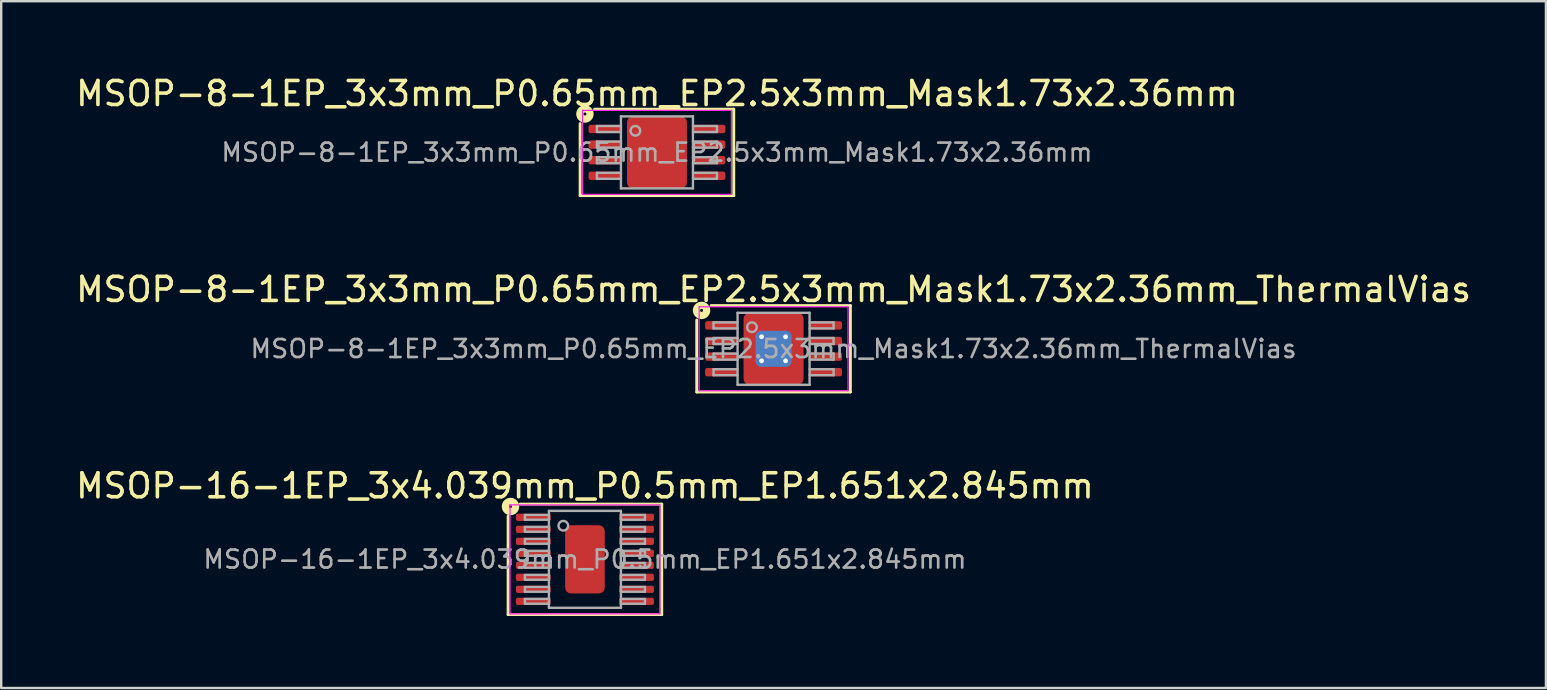
<source format=kicad_pcb>
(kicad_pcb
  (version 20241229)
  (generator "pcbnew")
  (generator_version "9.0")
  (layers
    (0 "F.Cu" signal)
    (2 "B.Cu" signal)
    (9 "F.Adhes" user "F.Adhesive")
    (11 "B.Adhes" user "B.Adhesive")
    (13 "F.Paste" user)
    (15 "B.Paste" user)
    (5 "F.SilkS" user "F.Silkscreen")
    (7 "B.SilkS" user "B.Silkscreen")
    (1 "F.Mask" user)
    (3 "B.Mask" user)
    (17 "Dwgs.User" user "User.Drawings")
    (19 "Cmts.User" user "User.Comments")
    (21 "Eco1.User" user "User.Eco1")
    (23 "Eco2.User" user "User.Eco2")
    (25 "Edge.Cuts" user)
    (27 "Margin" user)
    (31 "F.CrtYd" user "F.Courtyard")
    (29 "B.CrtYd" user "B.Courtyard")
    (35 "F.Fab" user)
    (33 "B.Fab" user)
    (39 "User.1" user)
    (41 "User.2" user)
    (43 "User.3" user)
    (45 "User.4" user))
  (footprint "MSOP-8-1EP_3x3mm_P0.65mm_EP2.5x3mm_Mask1.73x2.36mm_ThermalVias"
    (layer "F.Cu")
    (at 29.173 11.479)
    (property "Reference" "MSOP-8-1EP_3x3mm_P0.65mm_EP2.5x3mm_Mask1.73x2.36mm_ThermalVias" (at 0 -2.472 0) (layer "F.SilkS") (effects (font (size 1 1) (thickness 0.15))))
    (attr smd)
    (fp_line (start -3.2 1.8) (end -3.2 -1.2) (stroke (width 0.12) (type solid)) (layer "F.SilkS"))
    (fp_line (start -2.6 -1.8) (end 3.2 -1.8) (stroke (width 0.12) (type solid)) (layer "F.SilkS"))
    (fp_line (start 3.2 -1.8) (end 3.2 1.8) (stroke (width 0.12) (type solid)) (layer "F.SilkS"))
    (fp_line (start 3.2 1.8) (end -3.2 1.8) (stroke (width 0.12) (type solid)) (layer "F.SilkS"))
    (fp_circle (center -3 -1.6) (end -2.937 -1.6) (stroke (width 0.3) (type solid)) (fill no) (layer "F.SilkS"))
    (fp_line (start -3.1 -1.75) (end -3.1 1.75) (stroke (width 0.05) (type solid)) (layer "F.CrtYd"))
    (fp_line (start -3.1 1.75) (end 3.1 1.75) (stroke (width 0.05) (type solid)) (layer "F.CrtYd"))
    (fp_line (start 3.1 -1.75) (end -3.1 -1.75) (stroke (width 0.05) (type solid)) (layer "F.CrtYd"))
    (fp_line (start 3.1 1.75) (end 3.1 -1.75) (stroke (width 0.05) (type solid)) (layer "F.CrtYd"))
    (fp_line (start -2.5 -1.1) (end -2.5 -0.85) (stroke (width 0.1) (type solid)) (layer "F.Fab"))
    (fp_line (start -2.5 -1.1) (end -1.5 -1.1) (stroke (width 0.1) (type solid)) (layer "F.Fab"))
    (fp_line (start -2.5 -0.85) (end -1.5 -0.85) (stroke (width 0.1) (type solid)) (layer "F.Fab"))
    (fp_line (start -2.5 -0.45) (end -2.5 -0.2) (stroke (width 0.1) (type solid)) (layer "F.Fab"))
    (fp_line (start -2.5 -0.45) (end -1.5 -0.45) (stroke (width 0.1) (type solid)) (layer "F.Fab"))
    (fp_line (start -2.5 -0.2) (end -1.5 -0.2) (stroke (width 0.1) (type solid)) (layer "F.Fab"))
    (fp_line (start -2.5 0.2) (end -2.5 0.45) (stroke (width 0.1) (type solid)) (layer "F.Fab"))
    (fp_line (start -2.5 0.2) (end -1.5 0.2) (stroke (width 0.1) (type solid)) (layer "F.Fab"))
    (fp_line (start -2.5 0.45) (end -1.5 0.45) (stroke (width 0.1) (type solid)) (layer "F.Fab"))
    (fp_line (start -2.5 0.85) (end -2.5 1.1) (stroke (width 0.1) (type solid)) (layer "F.Fab"))
    (fp_line (start -2.5 0.85) (end -1.5 0.85) (stroke (width 0.1) (type solid)) (layer "F.Fab"))
    (fp_line (start -2.5 1.1) (end -1.5 1.1) (stroke (width 0.1) (type solid)) (layer "F.Fab"))
    (fp_line (start -1.5 -1.5) (end 1.5 -1.5) (stroke (width 0.1) (type solid)) (layer "F.Fab"))
    (fp_line (start -1.5 1.5) (end -1.5 -1.5) (stroke (width 0.1) (type solid)) (layer "F.Fab"))
    (fp_line (start 1.5 -1.5) (end 1.5 1.5) (stroke (width 0.1) (type solid)) (layer "F.Fab"))
    (fp_line (start 1.5 1.5) (end -1.5 1.5) (stroke (width 0.1) (type solid)) (layer "F.Fab"))
    (fp_line (start 2.5 -1.1) (end 1.5 -1.1) (stroke (width 0.1) (type solid)) (layer "F.Fab"))
    (fp_line (start 2.5 -0.85) (end 1.5 -0.85) (stroke (width 0.1) (type solid)) (layer "F.Fab"))
    (fp_line (start 2.5 -0.85) (end 2.5 -1.1) (stroke (width 0.1) (type solid)) (layer "F.Fab"))
    (fp_line (start 2.5 -0.45) (end 1.5 -0.45) (stroke (width 0.1) (type solid)) (layer "F.Fab"))
    (fp_line (start 2.5 -0.2) (end 1.5 -0.2) (stroke (width 0.1) (type solid)) (layer "F.Fab"))
    (fp_line (start 2.5 -0.2) (end 2.5 -0.45) (stroke (width 0.1) (type solid)) (layer "F.Fab"))
    (fp_line (start 2.5 0.2) (end 1.5 0.2) (stroke (width 0.1) (type solid)) (layer "F.Fab"))
    (fp_line (start 2.5 0.45) (end 1.5 0.45) (stroke (width 0.1) (type solid)) (layer "F.Fab"))
    (fp_line (start 2.5 0.45) (end 2.5 0.2) (stroke (width 0.1) (type solid)) (layer "F.Fab"))
    (fp_line (start 2.5 0.85) (end 1.5 0.85) (stroke (width 0.1) (type solid)) (layer "F.Fab"))
    (fp_line (start 2.5 1.1) (end 1.5 1.1) (stroke (width 0.1) (type solid)) (layer "F.Fab"))
    (fp_line (start 2.5 1.1) (end 2.5 0.85) (stroke (width 0.1) (type solid)) (layer "F.Fab"))
    (fp_circle (center -0.9 -0.9) (end -0.7 -0.9) (stroke (width 0.1) (type solid)) (fill no) (layer "F.Fab"))
    (fp_text user "${REFERENCE}" (at 0 0 0) (layer "F.Fab") (effects (font (size 0.75 0.75) (thickness 0.11))))
    (pad "" smd roundrect (at -0.43 -0.59) (size 0.72 0.99) (layers "F.Paste") (roundrect_rratio 0.25))
    (pad "" smd roundrect (at -0.43 0.59) (size 0.72 0.99) (layers "F.Paste") (roundrect_rratio 0.25))
    (pad "" smd roundrect (at 0 0) (size 1.73 2.36) (layers "F.Mask") (roundrect_rratio 0.145))
    (pad "" smd roundrect (at 0.43 -0.59) (size 0.72 0.99) (layers "F.Paste") (roundrect_rratio 0.25))
    (pad "" smd roundrect (at 0.43 0.59) (size 0.72 0.99) (layers "F.Paste") (roundrect_rratio 0.25))
    (pad "1" smd roundrect (at -2.175 -0.975) (size 1.35 0.35) (layers "F.Cu" "F.Mask" "F.Paste") (roundrect_rratio 0.25))
    (pad "2" smd roundrect (at -2.175 -0.325) (size 1.35 0.35) (layers "F.Cu" "F.Mask" "F.Paste") (roundrect_rratio 0.25))
    (pad "3" smd roundrect (at -2.175 0.325) (size 1.35 0.35) (layers "F.Cu" "F.Mask" "F.Paste") (roundrect_rratio 0.25))
    (pad "4" smd roundrect (at -2.175 0.975) (size 1.35 0.35) (layers "F.Cu" "F.Mask" "F.Paste") (roundrect_rratio 0.25))
    (pad "5" smd roundrect (at 2.175 0.975) (size 1.35 0.35) (layers "F.Cu" "F.Mask" "F.Paste") (roundrect_rratio 0.25))
    (pad "6" smd roundrect (at 2.175 0.325) (size 1.35 0.35) (layers "F.Cu" "F.Mask" "F.Paste") (roundrect_rratio 0.25))
    (pad "7" smd roundrect (at 2.175 -0.325) (size 1.35 0.35) (layers "F.Cu" "F.Mask" "F.Paste") (roundrect_rratio 0.25))
    (pad "8" smd roundrect (at 2.175 -0.975) (size 1.35 0.35) (layers "F.Cu" "F.Mask" "F.Paste") (roundrect_rratio 0.25))
    (pad "9" thru_hole circle (at -0.5 -0.5) (size 0.5 0.5) (drill 0.2) (property pad_prop_heatsink) (layers "*.Cu"))
    (pad "9" thru_hole circle (at -0.5 0.5) (size 0.5 0.5) (drill 0.2) (property pad_prop_heatsink) (layers "*.Cu"))
    (pad "9" smd roundrect (at 0 0) (size 1.5 1.5) (layers "B.Cu" "B.Mask") (roundrect_rratio 0.167))
    (pad "9" smd roundrect (at 0 0) (size 2.5 3) (layers "F.Cu") (roundrect_rratio 0.1))
    (pad "9" thru_hole circle (at 0.5 -0.5) (size 0.5 0.5) (drill 0.2) (property pad_prop_heatsink) (layers "*.Cu"))
    (pad "9" thru_hole circle (at 0.5 0.5) (size 0.5 0.5) (drill 0.2) (property pad_prop_heatsink) (layers "*.Cu")))
  (footprint "MSOP-8-1EP_3x3mm_P0.65mm_EP2.5x3mm_Mask1.73x2.36mm"
    (layer "F.Cu")
    (at 24.315 3.298)
    (property "Reference" "MSOP-8-1EP_3x3mm_P0.65mm_EP2.5x3mm_Mask1.73x2.36mm" (at 0 -2.45 0) (layer "F.SilkS") (effects (font (size 1 1) (thickness 0.15))))
    (attr smd)
    (fp_line (start -3.2 1.8) (end -3.2 -1.2) (stroke (width 0.12) (type solid)) (layer "F.SilkS"))
    (fp_line (start -2.6 -1.8) (end 3.2 -1.8) (stroke (width 0.12) (type solid)) (layer "F.SilkS"))
    (fp_line (start 3.2 -1.8) (end 3.2 1.8) (stroke (width 0.12) (type solid)) (layer "F.SilkS"))
    (fp_line (start 3.2 1.8) (end -3.2 1.8) (stroke (width 0.12) (type solid)) (layer "F.SilkS"))
    (fp_circle (center -3 -1.6) (end -2.937 -1.6) (stroke (width 0.3) (type solid)) (fill no) (layer "F.SilkS"))
    (fp_line (start -3.1 -1.75) (end -3.1 1.75) (stroke (width 0.05) (type solid)) (layer "F.CrtYd"))
    (fp_line (start -3.1 1.75) (end 3.1 1.75) (stroke (width 0.05) (type solid)) (layer "F.CrtYd"))
    (fp_line (start 3.1 -1.75) (end -3.1 -1.75) (stroke (width 0.05) (type solid)) (layer "F.CrtYd"))
    (fp_line (start 3.1 1.75) (end 3.1 -1.75) (stroke (width 0.05) (type solid)) (layer "F.CrtYd"))
    (fp_line (start -2.5 -1.1) (end -2.5 -0.85) (stroke (width 0.1) (type solid)) (layer "F.Fab"))
    (fp_line (start -2.5 -1.1) (end -1.5 -1.1) (stroke (width 0.1) (type solid)) (layer "F.Fab"))
    (fp_line (start -2.5 -0.85) (end -1.5 -0.85) (stroke (width 0.1) (type solid)) (layer "F.Fab"))
    (fp_line (start -2.5 -0.45) (end -2.5 -0.2) (stroke (width 0.1) (type solid)) (layer "F.Fab"))
    (fp_line (start -2.5 -0.45) (end -1.5 -0.45) (stroke (width 0.1) (type solid)) (layer "F.Fab"))
    (fp_line (start -2.5 -0.2) (end -1.5 -0.2) (stroke (width 0.1) (type solid)) (layer "F.Fab"))
    (fp_line (start -2.5 0.2) (end -2.5 0.45) (stroke (width 0.1) (type solid)) (layer "F.Fab"))
    (fp_line (start -2.5 0.2) (end -1.5 0.2) (stroke (width 0.1) (type solid)) (layer "F.Fab"))
    (fp_line (start -2.5 0.45) (end -1.5 0.45) (stroke (width 0.1) (type solid)) (layer "F.Fab"))
    (fp_line (start -2.5 0.85) (end -2.5 1.1) (stroke (width 0.1) (type solid)) (layer "F.Fab"))
    (fp_line (start -2.5 0.85) (end -1.5 0.85) (stroke (width 0.1) (type solid)) (layer "F.Fab"))
    (fp_line (start -2.5 1.1) (end -1.5 1.1) (stroke (width 0.1) (type solid)) (layer "F.Fab"))
    (fp_line (start -1.5 -1.5) (end 1.5 -1.5) (stroke (width 0.1) (type solid)) (layer "F.Fab"))
    (fp_line (start -1.5 1.5) (end -1.5 -1.5) (stroke (width 0.1) (type solid)) (layer "F.Fab"))
    (fp_line (start 1.5 -1.5) (end 1.5 1.5) (stroke (width 0.1) (type solid)) (layer "F.Fab"))
    (fp_line (start 1.5 1.5) (end -1.5 1.5) (stroke (width 0.1) (type solid)) (layer "F.Fab"))
    (fp_line (start 2.5 -1.1) (end 1.5 -1.1) (stroke (width 0.1) (type solid)) (layer "F.Fab"))
    (fp_line (start 2.5 -0.85) (end 1.5 -0.85) (stroke (width 0.1) (type solid)) (layer "F.Fab"))
    (fp_line (start 2.5 -0.85) (end 2.5 -1.1) (stroke (width 0.1) (type solid)) (layer "F.Fab"))
    (fp_line (start 2.5 -0.45) (end 1.5 -0.45) (stroke (width 0.1) (type solid)) (layer "F.Fab"))
    (fp_line (start 2.5 -0.2) (end 1.5 -0.2) (stroke (width 0.1) (type solid)) (layer "F.Fab"))
    (fp_line (start 2.5 -0.2) (end 2.5 -0.45) (stroke (width 0.1) (type solid)) (layer "F.Fab"))
    (fp_line (start 2.5 0.2) (end 1.5 0.2) (stroke (width 0.1) (type solid)) (layer "F.Fab"))
    (fp_line (start 2.5 0.45) (end 1.5 0.45) (stroke (width 0.1) (type solid)) (layer "F.Fab"))
    (fp_line (start 2.5 0.45) (end 2.5 0.2) (stroke (width 0.1) (type solid)) (layer "F.Fab"))
    (fp_line (start 2.5 0.85) (end 1.5 0.85) (stroke (width 0.1) (type solid)) (layer "F.Fab"))
    (fp_line (start 2.5 1.1) (end 1.5 1.1) (stroke (width 0.1) (type solid)) (layer "F.Fab"))
    (fp_line (start 2.5 1.1) (end 2.5 0.85) (stroke (width 0.1) (type solid)) (layer "F.Fab"))
    (fp_circle (center -0.9 -0.9) (end -0.7 -0.9) (stroke (width 0.1) (type solid)) (fill no) (layer "F.Fab"))
    (fp_text user "${REFERENCE}" (at 0 0 0) (layer "F.Fab") (effects (font (size 0.75 0.75) (thickness 0.11))))
    (pad "" smd roundrect (at -0.43 -0.59) (size 0.7 0.95) (layers "F.Paste") (roundrect_rratio 0.25))
    (pad "" smd roundrect (at -0.43 0.59) (size 0.7 0.95) (layers "F.Paste") (roundrect_rratio 0.25))
    (pad "" smd roundrect (at 0 0) (size 1.73 2.36) (layers "F.Mask") (roundrect_rratio 0.145))
    (pad "" smd roundrect (at 0.43 -0.59) (size 0.7 0.95) (layers "F.Paste") (roundrect_rratio 0.25))
    (pad "" smd roundrect (at 0.43 0.59) (size 0.7 0.95) (layers "F.Paste") (roundrect_rratio 0.25))
    (pad "1" smd roundrect (at -2.175 -0.975) (size 1.35 0.35) (layers "F.Cu" "F.Mask" "F.Paste") (roundrect_rratio 0.25))
    (pad "2" smd roundrect (at -2.175 -0.325) (size 1.35 0.35) (layers "F.Cu" "F.Mask" "F.Paste") (roundrect_rratio 0.25))
    (pad "3" smd roundrect (at -2.175 0.325) (size 1.35 0.35) (layers "F.Cu" "F.Mask" "F.Paste") (roundrect_rratio 0.25))
    (pad "4" smd roundrect (at -2.175 0.975) (size 1.35 0.35) (layers "F.Cu" "F.Mask" "F.Paste") (roundrect_rratio 0.25))
    (pad "5" smd roundrect (at 2.175 0.975) (size 1.35 0.35) (layers "F.Cu" "F.Mask" "F.Paste") (roundrect_rratio 0.25))
    (pad "6" smd roundrect (at 2.175 0.325) (size 1.35 0.35) (layers "F.Cu" "F.Mask" "F.Paste") (roundrect_rratio 0.25))
    (pad "7" smd roundrect (at 2.175 -0.325) (size 1.35 0.35) (layers "F.Cu" "F.Mask" "F.Paste") (roundrect_rratio 0.25))
    (pad "8" smd roundrect (at 2.175 -0.975) (size 1.35 0.35) (layers "F.Cu" "F.Mask" "F.Paste") (roundrect_rratio 0.25))
    (pad "9" smd roundrect (at 0 0) (size 2.5 3) (layers "F.Cu") (roundrect_rratio 0.1)))
  (footprint "MSOP-16-1EP_3x4.039mm_P0.5mm_EP1.651x2.845mm"
    (layer "F.Cu")
    (at 21.315 20.249)
    (property "Reference" "MSOP-16-1EP_3x4.039mm_P0.5mm_EP1.651x2.845mm" (at 0 -3.062 0) (layer "F.SilkS") (effects (font (size 1 1) (thickness 0.15))))
    (attr smd)
    (fp_line (start -3.2 2.3) (end -3.2 -1.8) (stroke (width 0.12) (type solid)) (layer "F.SilkS"))
    (fp_line (start -2.7 -2.3) (end 3.2 -2.3) (stroke (width 0.12) (type solid)) (layer "F.SilkS"))
    (fp_line (start 3.2 -2.3) (end 3.2 2.3) (stroke (width 0.12) (type solid)) (layer "F.SilkS"))
    (fp_line (start 3.2 2.3) (end -3.2 2.3) (stroke (width 0.12) (type solid)) (layer "F.SilkS"))
    (fp_circle (center -3.1 -2.2) (end -3.037 -2.2) (stroke (width 0.3) (type solid)) (fill no) (layer "F.SilkS"))
    (fp_line (start -3.12 -2.27) (end -3.12 2.27) (stroke (width 0.05) (type solid)) (layer "F.CrtYd"))
    (fp_line (start -3.12 2.27) (end 3.12 2.27) (stroke (width 0.05) (type solid)) (layer "F.CrtYd"))
    (fp_line (start 3.12 -2.27) (end -3.12 -2.27) (stroke (width 0.05) (type solid)) (layer "F.CrtYd"))
    (fp_line (start 3.12 2.27) (end 3.12 -2.27) (stroke (width 0.05) (type solid)) (layer "F.CrtYd"))
    (fp_line (start -2.5 -1.85) (end -2.5 -1.65) (stroke (width 0.1) (type solid)) (layer "F.Fab"))
    (fp_line (start -2.5 -1.85) (end -1.5 -1.85) (stroke (width 0.1) (type solid)) (layer "F.Fab"))
    (fp_line (start -2.5 -1.65) (end -1.5 -1.65) (stroke (width 0.1) (type solid)) (layer "F.Fab"))
    (fp_line (start -2.5 -1.35) (end -2.5 -1.15) (stroke (width 0.1) (type solid)) (layer "F.Fab"))
    (fp_line (start -2.5 -1.35) (end -1.5 -1.35) (stroke (width 0.1) (type solid)) (layer "F.Fab"))
    (fp_line (start -2.5 -1.15) (end -1.5 -1.15) (stroke (width 0.1) (type solid)) (layer "F.Fab"))
    (fp_line (start -2.5 -0.85) (end -2.5 -0.65) (stroke (width 0.1) (type solid)) (layer "F.Fab"))
    (fp_line (start -2.5 -0.85) (end -1.5 -0.85) (stroke (width 0.1) (type solid)) (layer "F.Fab"))
    (fp_line (start -2.5 -0.65) (end -1.5 -0.65) (stroke (width 0.1) (type solid)) (layer "F.Fab"))
    (fp_line (start -2.5 -0.35) (end -2.5 -0.15) (stroke (width 0.1) (type solid)) (layer "F.Fab"))
    (fp_line (start -2.5 -0.35) (end -1.5 -0.35) (stroke (width 0.1) (type solid)) (layer "F.Fab"))
    (fp_line (start -2.5 -0.15) (end -1.5 -0.15) (stroke (width 0.1) (type solid)) (layer "F.Fab"))
    (fp_line (start -2.5 0.15) (end -2.5 0.35) (stroke (width 0.1) (type solid)) (layer "F.Fab"))
    (fp_line (start -2.5 0.15) (end -1.5 0.15) (stroke (width 0.1) (type solid)) (layer "F.Fab"))
    (fp_line (start -2.5 0.35) (end -1.5 0.35) (stroke (width 0.1) (type solid)) (layer "F.Fab"))
    (fp_line (start -2.5 0.65) (end -2.5 0.85) (stroke (width 0.1) (type solid)) (layer "F.Fab"))
    (fp_line (start -2.5 0.65) (end -1.5 0.65) (stroke (width 0.1) (type solid)) (layer "F.Fab"))
    (fp_line (start -2.5 0.85) (end -1.5 0.85) (stroke (width 0.1) (type solid)) (layer "F.Fab"))
    (fp_line (start -2.5 1.15) (end -2.5 1.35) (stroke (width 0.1) (type solid)) (layer "F.Fab"))
    (fp_line (start -2.5 1.15) (end -1.5 1.15) (stroke (width 0.1) (type solid)) (layer "F.Fab"))
    (fp_line (start -2.5 1.35) (end -1.5 1.35) (stroke (width 0.1) (type solid)) (layer "F.Fab"))
    (fp_line (start -2.5 1.65) (end -2.5 1.85) (stroke (width 0.1) (type solid)) (layer "F.Fab"))
    (fp_line (start -2.5 1.65) (end -1.5 1.65) (stroke (width 0.1) (type solid)) (layer "F.Fab"))
    (fp_line (start -2.5 1.85) (end -1.5 1.85) (stroke (width 0.1) (type solid)) (layer "F.Fab"))
    (fp_line (start -1.5 -2.019) (end 1.5 -2.019) (stroke (width 0.1) (type solid)) (layer "F.Fab"))
    (fp_line (start -1.5 2.019) (end -1.5 -2.019) (stroke (width 0.1) (type solid)) (layer "F.Fab"))
    (fp_line (start 1.5 -2.019) (end 1.5 2.019) (stroke (width 0.1) (type solid)) (layer "F.Fab"))
    (fp_line (start 1.5 2.019) (end -1.5 2.019) (stroke (width 0.1) (type solid)) (layer "F.Fab"))
    (fp_line (start 2.5 -1.85) (end 1.5 -1.85) (stroke (width 0.1) (type solid)) (layer "F.Fab"))
    (fp_line (start 2.5 -1.65) (end 1.5 -1.65) (stroke (width 0.1) (type solid)) (layer "F.Fab"))
    (fp_line (start 2.5 -1.65) (end 2.5 -1.85) (stroke (width 0.1) (type solid)) (layer "F.Fab"))
    (fp_line (start 2.5 -1.35) (end 1.5 -1.35) (stroke (width 0.1) (type solid)) (layer "F.Fab"))
    (fp_line (start 2.5 -1.15) (end 1.5 -1.15) (stroke (width 0.1) (type solid)) (layer "F.Fab"))
    (fp_line (start 2.5 -1.15) (end 2.5 -1.35) (stroke (width 0.1) (type solid)) (layer "F.Fab"))
    (fp_line (start 2.5 -0.85) (end 1.5 -0.85) (stroke (width 0.1) (type solid)) (layer "F.Fab"))
    (fp_line (start 2.5 -0.65) (end 1.5 -0.65) (stroke (width 0.1) (type solid)) (layer "F.Fab"))
    (fp_line (start 2.5 -0.65) (end 2.5 -0.85) (stroke (width 0.1) (type solid)) (layer "F.Fab"))
    (fp_line (start 2.5 -0.35) (end 1.5 -0.35) (stroke (width 0.1) (type solid)) (layer "F.Fab"))
    (fp_line (start 2.5 -0.15) (end 1.5 -0.15) (stroke (width 0.1) (type solid)) (layer "F.Fab"))
    (fp_line (start 2.5 -0.15) (end 2.5 -0.35) (stroke (width 0.1) (type solid)) (layer "F.Fab"))
    (fp_line (start 2.5 0.15) (end 1.5 0.15) (stroke (width 0.1) (type solid)) (layer "F.Fab"))
    (fp_line (start 2.5 0.35) (end 1.5 0.35) (stroke (width 0.1) (type solid)) (layer "F.Fab"))
    (fp_line (start 2.5 0.35) (end 2.5 0.15) (stroke (width 0.1) (type solid)) (layer "F.Fab"))
    (fp_line (start 2.5 0.65) (end 1.5 0.65) (stroke (width 0.1) (type solid)) (layer "F.Fab"))
    (fp_line (start 2.5 0.85) (end 1.5 0.85) (stroke (width 0.1) (type solid)) (layer "F.Fab"))
    (fp_line (start 2.5 0.85) (end 2.5 0.65) (stroke (width 0.1) (type solid)) (layer "F.Fab"))
    (fp_line (start 2.5 1.15) (end 1.5 1.15) (stroke (width 0.1) (type solid)) (layer "F.Fab"))
    (fp_line (start 2.5 1.35) (end 1.5 1.35) (stroke (width 0.1) (type solid)) (layer "F.Fab"))
    (fp_line (start 2.5 1.35) (end 2.5 1.15) (stroke (width 0.1) (type solid)) (layer "F.Fab"))
    (fp_line (start 2.5 1.65) (end 1.5 1.65) (stroke (width 0.1) (type solid)) (layer "F.Fab"))
    (fp_line (start 2.5 1.85) (end 1.5 1.85) (stroke (width 0.1) (type solid)) (layer "F.Fab"))
    (fp_line (start 2.5 1.85) (end 2.5 1.65) (stroke (width 0.1) (type solid)) (layer "F.Fab"))
    (fp_circle (center -0.9 -1.4) (end -0.7 -1.4) (stroke (width 0.1) (type solid)) (fill no) (layer "F.Fab"))
    (fp_text user "${REFERENCE}" (at 0 0 0) (layer "F.Fab") (effects (font (size 0.75 0.75) (thickness 0.11))))
    (pad "" smd roundrect (at -0.415 -0.71) (size 0.69 1.19) (layers "F.Paste") (roundrect_rratio 0.25))
    (pad "" smd roundrect (at -0.415 0.71) (size 0.69 1.19) (layers "F.Paste") (roundrect_rratio 0.25))
    (pad "" smd roundrect (at 0.415 -0.71) (size 0.69 1.19) (layers "F.Paste") (roundrect_rratio 0.25))
    (pad "" smd roundrect (at 0.415 0.71) (size 0.69 1.19) (layers "F.Paste") (roundrect_rratio 0.25))
    (pad "1" smd roundrect (at -2.15 -1.75) (size 1.45 0.3) (layers "F.Cu" "F.Mask" "F.Paste") (roundrect_rratio 0.25))
    (pad "2" smd roundrect (at -2.15 -1.25) (size 1.45 0.3) (layers "F.Cu" "F.Mask" "F.Paste") (roundrect_rratio 0.25))
    (pad "3" smd roundrect (at -2.15 -0.75) (size 1.45 0.3) (layers "F.Cu" "F.Mask" "F.Paste") (roundrect_rratio 0.25))
    (pad "4" smd roundrect (at -2.15 -0.25) (size 1.45 0.3) (layers "F.Cu" "F.Mask" "F.Paste") (roundrect_rratio 0.25))
    (pad "5" smd roundrect (at -2.15 0.25) (size 1.45 0.3) (layers "F.Cu" "F.Mask" "F.Paste") (roundrect_rratio 0.25))
    (pad "6" smd roundrect (at -2.15 0.75) (size 1.45 0.3) (layers "F.Cu" "F.Mask" "F.Paste") (roundrect_rratio 0.25))
    (pad "7" smd roundrect (at -2.15 1.25) (size 1.45 0.3) (layers "F.Cu" "F.Mask" "F.Paste") (roundrect_rratio 0.25))
    (pad "8" smd roundrect (at -2.15 1.75) (size 1.45 0.3) (layers "F.Cu" "F.Mask" "F.Paste") (roundrect_rratio 0.25))
    (pad "9" smd roundrect (at 2.15 1.75) (size 1.45 0.3) (layers "F.Cu" "F.Mask" "F.Paste") (roundrect_rratio 0.25))
    (pad "10" smd roundrect (at 2.15 1.25) (size 1.45 0.3) (layers "F.Cu" "F.Mask" "F.Paste") (roundrect_rratio 0.25))
    (pad "11" smd roundrect (at 2.15 0.75) (size 1.45 0.3) (layers "F.Cu" "F.Mask" "F.Paste") (roundrect_rratio 0.25))
    (pad "12" smd roundrect (at 2.15 0.25) (size 1.45 0.3) (layers "F.Cu" "F.Mask" "F.Paste") (roundrect_rratio 0.25))
    (pad "13" smd roundrect (at 2.15 -0.25) (size 1.45 0.3) (layers "F.Cu" "F.Mask" "F.Paste") (roundrect_rratio 0.25))
    (pad "14" smd roundrect (at 2.15 -0.75) (size 1.45 0.3) (layers "F.Cu" "F.Mask" "F.Paste") (roundrect_rratio 0.25))
    (pad "15" smd roundrect (at 2.15 -1.25) (size 1.45 0.3) (layers "F.Cu" "F.Mask" "F.Paste") (roundrect_rratio 0.25))
    (pad "16" smd roundrect (at 2.15 -1.75) (size 1.45 0.3) (layers "F.Cu" "F.Mask" "F.Paste") (roundrect_rratio 0.25))
    (pad "17" smd roundrect (at 0 0) (size 1.651 2.845) (layers "F.Cu" "F.Mask") (roundrect_rratio 0.151)))
  (gr_rect
    (start -3 -3)
    (end 61.345 25.609)
    (stroke (width 0.1) (type default))
    (fill no)
    (layer "Edge.Cuts")))
</source>
